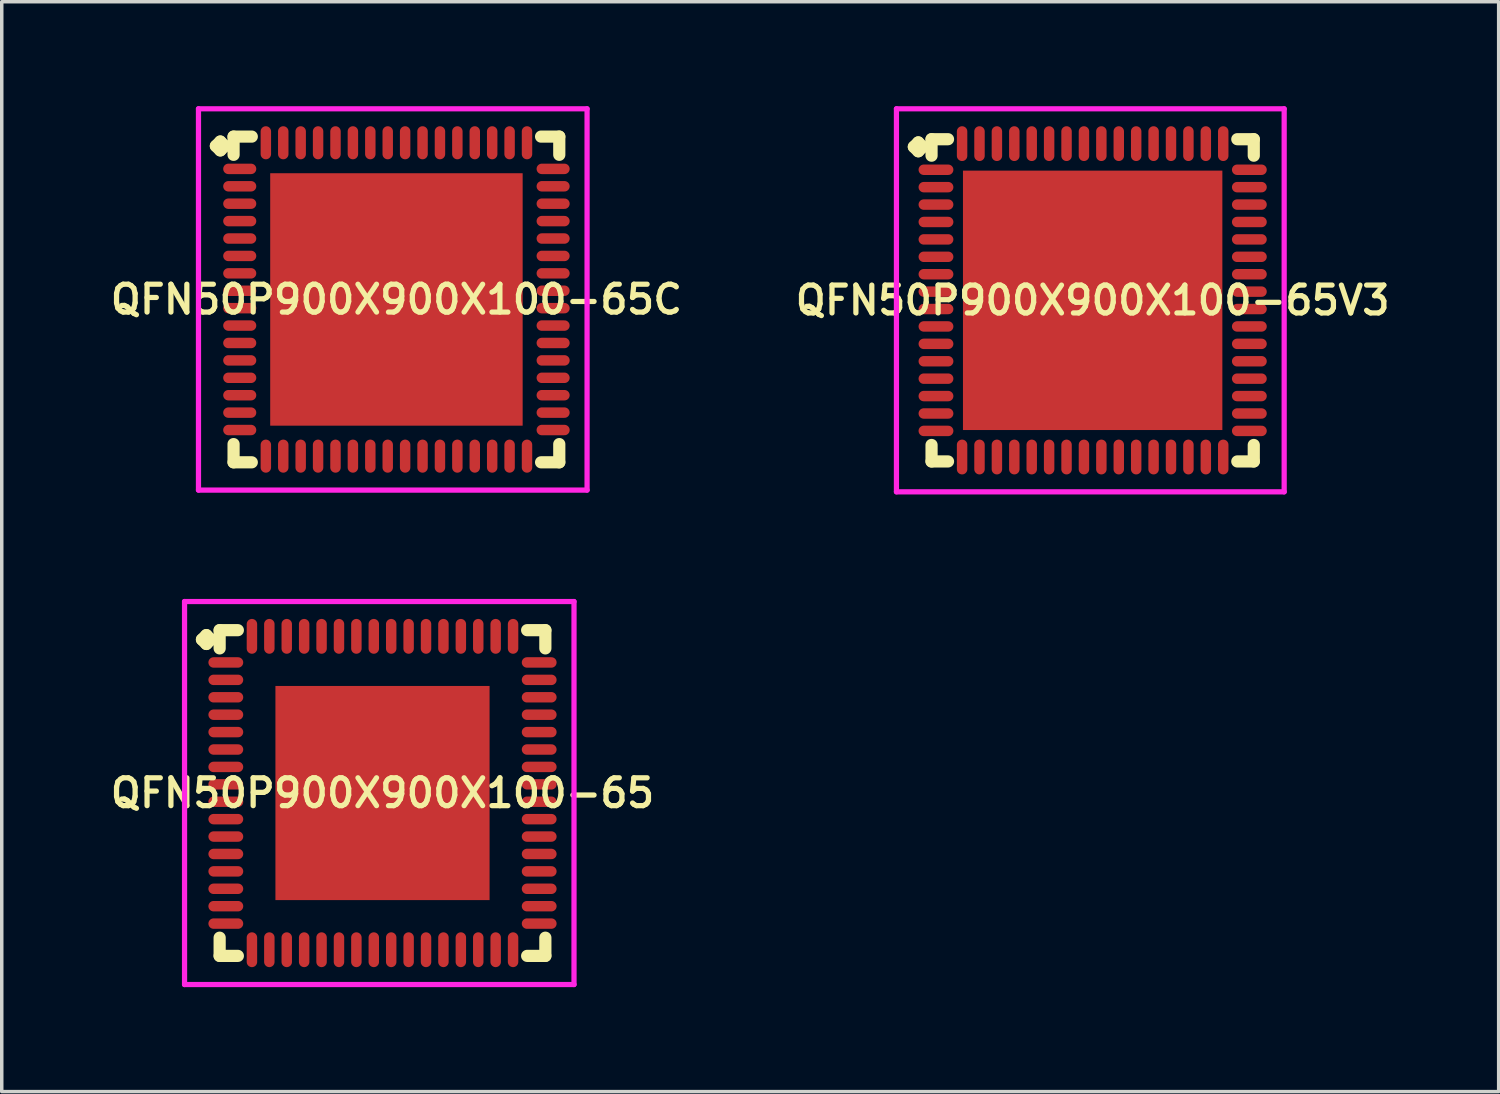
<source format=kicad_pcb>
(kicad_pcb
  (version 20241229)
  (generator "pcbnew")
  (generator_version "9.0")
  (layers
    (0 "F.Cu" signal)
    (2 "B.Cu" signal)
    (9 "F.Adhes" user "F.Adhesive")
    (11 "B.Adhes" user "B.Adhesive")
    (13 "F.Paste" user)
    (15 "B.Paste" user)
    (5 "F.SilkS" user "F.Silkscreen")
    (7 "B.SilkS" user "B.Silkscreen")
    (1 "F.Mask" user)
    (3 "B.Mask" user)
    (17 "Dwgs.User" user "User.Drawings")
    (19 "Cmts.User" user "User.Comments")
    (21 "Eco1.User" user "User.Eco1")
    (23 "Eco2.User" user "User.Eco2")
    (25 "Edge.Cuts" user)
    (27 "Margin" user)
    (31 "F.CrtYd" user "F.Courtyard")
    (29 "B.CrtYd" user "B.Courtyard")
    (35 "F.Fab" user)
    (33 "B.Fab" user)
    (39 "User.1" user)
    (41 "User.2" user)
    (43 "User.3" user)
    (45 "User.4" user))
  (footprint "QFN50P900X900X100-65C"
    (layer "F.Cu")
    (at 8.335 5.55)
    (property "Reference" "QFN50P900X900X100-65C" (at 0 0 0) (layer "F.SilkS") (effects (font (size 0.8 0.8) (thickness 0.15))))
    (attr through_hole)
    (fp_line (start -5.185 -4.408) (end -5.058 -4.535) (stroke (width 0.35) (type solid)) (layer "F.SilkS"))
    (fp_line (start -5.058 -4.535) (end -4.931 -4.408) (stroke (width 0.35) (type solid)) (layer "F.SilkS"))
    (fp_line (start -5.058 -4.281) (end -5.185 -4.408) (stroke (width 0.35) (type solid)) (layer "F.SilkS"))
    (fp_line (start -4.931 -4.408) (end -5.058 -4.281) (stroke (width 0.35) (type solid)) (layer "F.SilkS"))
    (fp_line (start -4.677 -4.677) (end -4.154 -4.677) (stroke (width 0.35) (type solid)) (layer "F.SilkS"))
    (fp_line (start -4.677 -4.154) (end -4.677 -4.677) (stroke (width 0.35) (type solid)) (layer "F.SilkS"))
    (fp_line (start -4.677 4.154) (end -4.677 4.677) (stroke (width 0.35) (type solid)) (layer "F.SilkS"))
    (fp_line (start -4.677 4.677) (end -4.154 4.677) (stroke (width 0.35) (type solid)) (layer "F.SilkS"))
    (fp_line (start 4.154 -4.677) (end 4.677 -4.677) (stroke (width 0.35) (type solid)) (layer "F.SilkS"))
    (fp_line (start 4.154 4.677) (end 4.677 4.677) (stroke (width 0.35) (type solid)) (layer "F.SilkS"))
    (fp_line (start 4.677 -4.677) (end 4.677 -4.154) (stroke (width 0.35) (type solid)) (layer "F.SilkS"))
    (fp_line (start 4.677 4.677) (end 4.677 4.154) (stroke (width 0.35) (type solid)) (layer "F.SilkS"))
    (fp_line (start -5.685 -5.475) (end 5.475 -5.475) (stroke (width 0.15) (type solid)) (layer "F.CrtYd"))
    (fp_line (start -5.685 5.475) (end -5.685 -5.475) (stroke (width 0.15) (type solid)) (layer "F.CrtYd"))
    (fp_line (start 5.475 -5.475) (end 5.475 5.475) (stroke (width 0.15) (type solid)) (layer "F.CrtYd"))
    (fp_line (start 5.475 5.475) (end -5.685 5.475) (stroke (width 0.15) (type solid)) (layer "F.CrtYd"))
    (pad "1" smd oval (at -4.5 -3.75) (size 0.95 0.3) (layers "F.Cu" "F.Mask" "F.Paste"))
    (pad "2" smd oval (at -4.5 -3.25) (size 0.95 0.3) (layers "F.Cu" "F.Mask" "F.Paste"))
    (pad "3" smd oval (at -4.5 -2.75) (size 0.95 0.3) (layers "F.Cu" "F.Mask" "F.Paste"))
    (pad "4" smd oval (at -4.5 -2.25) (size 0.95 0.3) (layers "F.Cu" "F.Mask" "F.Paste"))
    (pad "5" smd oval (at -4.5 -1.75) (size 0.95 0.3) (layers "F.Cu" "F.Mask" "F.Paste"))
    (pad "6" smd oval (at -4.5 -1.25) (size 0.95 0.3) (layers "F.Cu" "F.Mask" "F.Paste"))
    (pad "7" smd oval (at -4.5 -0.75) (size 0.95 0.3) (layers "F.Cu" "F.Mask" "F.Paste"))
    (pad "8" smd oval (at -4.5 -0.25) (size 0.95 0.3) (layers "F.Cu" "F.Mask" "F.Paste"))
    (pad "9" smd oval (at -4.5 0.25) (size 0.95 0.3) (layers "F.Cu" "F.Mask" "F.Paste"))
    (pad "10" smd oval (at -4.5 0.75) (size 0.95 0.3) (layers "F.Cu" "F.Mask" "F.Paste"))
    (pad "11" smd oval (at -4.5 1.25) (size 0.95 0.3) (layers "F.Cu" "F.Mask" "F.Paste"))
    (pad "12" smd oval (at -4.5 1.75) (size 0.95 0.3) (layers "F.Cu" "F.Mask" "F.Paste"))
    (pad "13" smd oval (at -4.5 2.25) (size 0.95 0.3) (layers "F.Cu" "F.Mask" "F.Paste"))
    (pad "14" smd oval (at -4.5 2.75) (size 0.95 0.3) (layers "F.Cu" "F.Mask" "F.Paste"))
    (pad "15" smd oval (at -4.5 3.25) (size 0.95 0.3) (layers "F.Cu" "F.Mask" "F.Paste"))
    (pad "16" smd oval (at -4.5 3.75) (size 0.95 0.3) (layers "F.Cu" "F.Mask" "F.Paste"))
    (pad "17" smd oval (at -3.75 4.5) (size 0.3 0.95) (layers "F.Cu" "F.Mask" "F.Paste"))
    (pad "18" smd oval (at -3.25 4.5) (size 0.3 0.95) (layers "F.Cu" "F.Mask" "F.Paste"))
    (pad "19" smd oval (at -2.75 4.5) (size 0.3 0.95) (layers "F.Cu" "F.Mask" "F.Paste"))
    (pad "20" smd oval (at -2.25 4.5) (size 0.3 0.95) (layers "F.Cu" "F.Mask" "F.Paste"))
    (pad "21" smd oval (at -1.75 4.5) (size 0.3 0.95) (layers "F.Cu" "F.Mask" "F.Paste"))
    (pad "22" smd oval (at -1.25 4.5) (size 0.3 0.95) (layers "F.Cu" "F.Mask" "F.Paste"))
    (pad "23" smd oval (at -0.75 4.5) (size 0.3 0.95) (layers "F.Cu" "F.Mask" "F.Paste"))
    (pad "24" smd oval (at -0.25 4.5) (size 0.3 0.95) (layers "F.Cu" "F.Mask" "F.Paste"))
    (pad "25" smd oval (at 0.25 4.5) (size 0.3 0.95) (layers "F.Cu" "F.Mask" "F.Paste"))
    (pad "26" smd oval (at 0.75 4.5) (size 0.3 0.95) (layers "F.Cu" "F.Mask" "F.Paste"))
    (pad "27" smd oval (at 1.25 4.5) (size 0.3 0.95) (layers "F.Cu" "F.Mask" "F.Paste"))
    (pad "28" smd oval (at 1.75 4.5) (size 0.3 0.95) (layers "F.Cu" "F.Mask" "F.Paste"))
    (pad "29" smd oval (at 2.25 4.5) (size 0.3 0.95) (layers "F.Cu" "F.Mask" "F.Paste"))
    (pad "30" smd oval (at 2.75 4.5) (size 0.3 0.95) (layers "F.Cu" "F.Mask" "F.Paste"))
    (pad "31" smd oval (at 3.25 4.5) (size 0.3 0.95) (layers "F.Cu" "F.Mask" "F.Paste"))
    (pad "32" smd oval (at 3.75 4.5) (size 0.3 0.95) (layers "F.Cu" "F.Mask" "F.Paste"))
    (pad "33" smd oval (at 4.5 3.75) (size 0.95 0.3) (layers "F.Cu" "F.Mask" "F.Paste"))
    (pad "34" smd oval (at 4.5 3.25) (size 0.95 0.3) (layers "F.Cu" "F.Mask" "F.Paste"))
    (pad "35" smd oval (at 4.5 2.75) (size 0.95 0.3) (layers "F.Cu" "F.Mask" "F.Paste"))
    (pad "36" smd oval (at 4.5 2.25) (size 0.95 0.3) (layers "F.Cu" "F.Mask" "F.Paste"))
    (pad "37" smd oval (at 4.5 1.75) (size 0.95 0.3) (layers "F.Cu" "F.Mask" "F.Paste"))
    (pad "38" smd oval (at 4.5 1.25) (size 0.95 0.3) (layers "F.Cu" "F.Mask" "F.Paste"))
    (pad "39" smd oval (at 4.5 0.75) (size 0.95 0.3) (layers "F.Cu" "F.Mask" "F.Paste"))
    (pad "40" smd oval (at 4.5 0.25) (size 0.95 0.3) (layers "F.Cu" "F.Mask" "F.Paste"))
    (pad "41" smd oval (at 4.5 -0.25) (size 0.95 0.3) (layers "F.Cu" "F.Mask" "F.Paste"))
    (pad "42" smd oval (at 4.5 -0.75) (size 0.95 0.3) (layers "F.Cu" "F.Mask" "F.Paste"))
    (pad "43" smd oval (at 4.5 -1.25) (size 0.95 0.3) (layers "F.Cu" "F.Mask" "F.Paste"))
    (pad "44" smd oval (at 4.5 -1.75) (size 0.95 0.3) (layers "F.Cu" "F.Mask" "F.Paste"))
    (pad "45" smd oval (at 4.5 -2.25) (size 0.95 0.3) (layers "F.Cu" "F.Mask" "F.Paste"))
    (pad "46" smd oval (at 4.5 -2.75) (size 0.95 0.3) (layers "F.Cu" "F.Mask" "F.Paste"))
    (pad "47" smd oval (at 4.5 -3.25) (size 0.95 0.3) (layers "F.Cu" "F.Mask" "F.Paste"))
    (pad "48" smd oval (at 4.5 -3.75) (size 0.95 0.3) (layers "F.Cu" "F.Mask" "F.Paste"))
    (pad "49" smd oval (at 3.75 -4.5) (size 0.3 0.95) (layers "F.Cu" "F.Mask" "F.Paste"))
    (pad "50" smd oval (at 3.25 -4.5) (size 0.3 0.95) (layers "F.Cu" "F.Mask" "F.Paste"))
    (pad "51" smd oval (at 2.75 -4.5) (size 0.3 0.95) (layers "F.Cu" "F.Mask" "F.Paste"))
    (pad "52" smd oval (at 2.25 -4.5) (size 0.3 0.95) (layers "F.Cu" "F.Mask" "F.Paste"))
    (pad "53" smd oval (at 1.75 -4.5) (size 0.3 0.95) (layers "F.Cu" "F.Mask" "F.Paste"))
    (pad "54" smd oval (at 1.25 -4.5) (size 0.3 0.95) (layers "F.Cu" "F.Mask" "F.Paste"))
    (pad "55" smd oval (at 0.75 -4.5) (size 0.3 0.95) (layers "F.Cu" "F.Mask" "F.Paste"))
    (pad "56" smd oval (at 0.25 -4.5) (size 0.3 0.95) (layers "F.Cu" "F.Mask" "F.Paste"))
    (pad "57" smd oval (at -0.25 -4.5) (size 0.3 0.95) (layers "F.Cu" "F.Mask" "F.Paste"))
    (pad "58" smd oval (at -0.75 -4.5) (size 0.3 0.95) (layers "F.Cu" "F.Mask" "F.Paste"))
    (pad "59" smd oval (at -1.25 -4.5) (size 0.3 0.95) (layers "F.Cu" "F.Mask" "F.Paste"))
    (pad "60" smd oval (at -1.75 -4.5) (size 0.3 0.95) (layers "F.Cu" "F.Mask" "F.Paste"))
    (pad "61" smd oval (at -2.25 -4.5) (size 0.3 0.95) (layers "F.Cu" "F.Mask" "F.Paste"))
    (pad "62" smd oval (at -2.75 -4.5) (size 0.3 0.95) (layers "F.Cu" "F.Mask" "F.Paste"))
    (pad "63" smd oval (at -3.25 -4.5) (size 0.3 0.95) (layers "F.Cu" "F.Mask" "F.Paste"))
    (pad "64" smd oval (at -3.75 -4.5) (size 0.3 0.95) (layers "F.Cu" "F.Mask" "F.Paste"))
    (pad "65" smd rect (at 0 0) (size 7.25 7.25) (layers "F.Cu" "F.Mask" "F.Paste")))
  (footprint "QFN50P900X900X100-65"
    (layer "F.Cu")
    (at 7.935 19.725)
    (property "Reference" "QFN50P900X900X100-65" (at 0 0 0) (layer "F.SilkS") (effects (font (size 0.8 0.8) (thickness 0.15))))
    (attr smd)
    (fp_line (start -5.185 -4.408) (end -5.058 -4.535) (stroke (width 0.35) (type solid)) (layer "F.SilkS"))
    (fp_line (start -5.058 -4.535) (end -4.931 -4.408) (stroke (width 0.35) (type solid)) (layer "F.SilkS"))
    (fp_line (start -5.058 -4.281) (end -5.185 -4.408) (stroke (width 0.35) (type solid)) (layer "F.SilkS"))
    (fp_line (start -4.931 -4.408) (end -5.058 -4.281) (stroke (width 0.35) (type solid)) (layer "F.SilkS"))
    (fp_line (start -4.677 -4.677) (end -4.154 -4.677) (stroke (width 0.35) (type solid)) (layer "F.SilkS"))
    (fp_line (start -4.677 -4.154) (end -4.677 -4.677) (stroke (width 0.35) (type solid)) (layer "F.SilkS"))
    (fp_line (start -4.677 4.154) (end -4.677 4.677) (stroke (width 0.35) (type solid)) (layer "F.SilkS"))
    (fp_line (start -4.677 4.677) (end -4.154 4.677) (stroke (width 0.35) (type solid)) (layer "F.SilkS"))
    (fp_line (start 4.154 -4.677) (end 4.677 -4.677) (stroke (width 0.35) (type solid)) (layer "F.SilkS"))
    (fp_line (start 4.154 4.677) (end 4.677 4.677) (stroke (width 0.35) (type solid)) (layer "F.SilkS"))
    (fp_line (start 4.677 -4.677) (end 4.677 -4.154) (stroke (width 0.35) (type solid)) (layer "F.SilkS"))
    (fp_line (start 4.677 4.677) (end 4.677 4.154) (stroke (width 0.35) (type solid)) (layer "F.SilkS"))
    (fp_line (start -5.685 -5.5) (end 5.5 -5.5) (stroke (width 0.15) (type solid)) (layer "F.CrtYd"))
    (fp_line (start -5.685 5.5) (end -5.685 -5.5) (stroke (width 0.15) (type solid)) (layer "F.CrtYd"))
    (fp_line (start 5.5 -5.5) (end 5.5 5.5) (stroke (width 0.15) (type solid)) (layer "F.CrtYd"))
    (fp_line (start 5.5 5.5) (end -5.685 5.5) (stroke (width 0.15) (type solid)) (layer "F.CrtYd"))
    (pad "1" smd oval (at -4.5 -3.75) (size 1 0.3) (layers "F.Cu" "F.Mask" "F.Paste"))
    (pad "2" smd oval (at -4.5 -3.25) (size 1 0.3) (layers "F.Cu" "F.Mask" "F.Paste"))
    (pad "3" smd oval (at -4.5 -2.75) (size 1 0.3) (layers "F.Cu" "F.Mask" "F.Paste"))
    (pad "4" smd oval (at -4.5 -2.25) (size 1 0.3) (layers "F.Cu" "F.Mask" "F.Paste"))
    (pad "5" smd oval (at -4.5 -1.75) (size 1 0.3) (layers "F.Cu" "F.Mask" "F.Paste"))
    (pad "6" smd oval (at -4.5 -1.25) (size 1 0.3) (layers "F.Cu" "F.Mask" "F.Paste"))
    (pad "7" smd oval (at -4.5 -0.75) (size 1 0.3) (layers "F.Cu" "F.Mask" "F.Paste"))
    (pad "8" smd oval (at -4.5 -0.25) (size 1 0.3) (layers "F.Cu" "F.Mask" "F.Paste"))
    (pad "9" smd oval (at -4.5 0.25) (size 1 0.3) (layers "F.Cu" "F.Mask" "F.Paste"))
    (pad "10" smd oval (at -4.5 0.75) (size 1 0.3) (layers "F.Cu" "F.Mask" "F.Paste"))
    (pad "11" smd oval (at -4.5 1.25) (size 1 0.3) (layers "F.Cu" "F.Mask" "F.Paste"))
    (pad "12" smd oval (at -4.5 1.75) (size 1 0.3) (layers "F.Cu" "F.Mask" "F.Paste"))
    (pad "13" smd oval (at -4.5 2.25) (size 1 0.3) (layers "F.Cu" "F.Mask" "F.Paste"))
    (pad "14" smd oval (at -4.5 2.75) (size 1 0.3) (layers "F.Cu" "F.Mask" "F.Paste"))
    (pad "15" smd oval (at -4.5 3.25) (size 1 0.3) (layers "F.Cu" "F.Mask" "F.Paste"))
    (pad "16" smd oval (at -4.5 3.75) (size 1 0.3) (layers "F.Cu" "F.Mask" "F.Paste"))
    (pad "17" smd oval (at -3.75 4.5) (size 0.3 1) (layers "F.Cu" "F.Mask" "F.Paste"))
    (pad "18" smd oval (at -3.25 4.5) (size 0.3 1) (layers "F.Cu" "F.Mask" "F.Paste"))
    (pad "19" smd oval (at -2.75 4.5) (size 0.3 1) (layers "F.Cu" "F.Mask" "F.Paste"))
    (pad "20" smd oval (at -2.25 4.5) (size 0.3 1) (layers "F.Cu" "F.Mask" "F.Paste"))
    (pad "21" smd oval (at -1.75 4.5) (size 0.3 1) (layers "F.Cu" "F.Mask" "F.Paste"))
    (pad "22" smd oval (at -1.25 4.5) (size 0.3 1) (layers "F.Cu" "F.Mask" "F.Paste"))
    (pad "23" smd oval (at -0.75 4.5) (size 0.3 1) (layers "F.Cu" "F.Mask" "F.Paste"))
    (pad "24" smd oval (at -0.25 4.5) (size 0.3 1) (layers "F.Cu" "F.Mask" "F.Paste"))
    (pad "25" smd oval (at 0.25 4.5) (size 0.3 1) (layers "F.Cu" "F.Mask" "F.Paste"))
    (pad "26" smd oval (at 0.75 4.5) (size 0.3 1) (layers "F.Cu" "F.Mask" "F.Paste"))
    (pad "27" smd oval (at 1.25 4.5) (size 0.3 1) (layers "F.Cu" "F.Mask" "F.Paste"))
    (pad "28" smd oval (at 1.75 4.5) (size 0.3 1) (layers "F.Cu" "F.Mask" "F.Paste"))
    (pad "29" smd oval (at 2.25 4.5) (size 0.3 1) (layers "F.Cu" "F.Mask" "F.Paste"))
    (pad "30" smd oval (at 2.75 4.5) (size 0.3 1) (layers "F.Cu" "F.Mask" "F.Paste"))
    (pad "31" smd oval (at 3.25 4.5) (size 0.3 1) (layers "F.Cu" "F.Mask" "F.Paste"))
    (pad "32" smd oval (at 3.75 4.5) (size 0.3 1) (layers "F.Cu" "F.Mask" "F.Paste"))
    (pad "33" smd oval (at 4.5 3.75) (size 1 0.3) (layers "F.Cu" "F.Mask" "F.Paste"))
    (pad "34" smd oval (at 4.5 3.25) (size 1 0.3) (layers "F.Cu" "F.Mask" "F.Paste"))
    (pad "35" smd oval (at 4.5 2.75) (size 1 0.3) (layers "F.Cu" "F.Mask" "F.Paste"))
    (pad "36" smd oval (at 4.5 2.25) (size 1 0.3) (layers "F.Cu" "F.Mask" "F.Paste"))
    (pad "37" smd oval (at 4.5 1.75) (size 1 0.3) (layers "F.Cu" "F.Mask" "F.Paste"))
    (pad "38" smd oval (at 4.5 1.25) (size 1 0.3) (layers "F.Cu" "F.Mask" "F.Paste"))
    (pad "39" smd oval (at 4.5 0.75) (size 1 0.3) (layers "F.Cu" "F.Mask" "F.Paste"))
    (pad "40" smd oval (at 4.5 0.25) (size 1 0.3) (layers "F.Cu" "F.Mask" "F.Paste"))
    (pad "41" smd oval (at 4.5 -0.25) (size 1 0.3) (layers "F.Cu" "F.Mask" "F.Paste"))
    (pad "42" smd oval (at 4.5 -0.75) (size 1 0.3) (layers "F.Cu" "F.Mask" "F.Paste"))
    (pad "43" smd oval (at 4.5 -1.25) (size 1 0.3) (layers "F.Cu" "F.Mask" "F.Paste"))
    (pad "44" smd oval (at 4.5 -1.75) (size 1 0.3) (layers "F.Cu" "F.Mask" "F.Paste"))
    (pad "45" smd oval (at 4.5 -2.25) (size 1 0.3) (layers "F.Cu" "F.Mask" "F.Paste"))
    (pad "46" smd oval (at 4.5 -2.75) (size 1 0.3) (layers "F.Cu" "F.Mask" "F.Paste"))
    (pad "47" smd oval (at 4.5 -3.25) (size 1 0.3) (layers "F.Cu" "F.Mask" "F.Paste"))
    (pad "48" smd oval (at 4.5 -3.75) (size 1 0.3) (layers "F.Cu" "F.Mask" "F.Paste"))
    (pad "49" smd oval (at 3.75 -4.5) (size 0.3 1) (layers "F.Cu" "F.Mask" "F.Paste"))
    (pad "50" smd oval (at 3.25 -4.5) (size 0.3 1) (layers "F.Cu" "F.Mask" "F.Paste"))
    (pad "51" smd oval (at 2.75 -4.5) (size 0.3 1) (layers "F.Cu" "F.Mask" "F.Paste"))
    (pad "52" smd oval (at 2.25 -4.5) (size 0.3 1) (layers "F.Cu" "F.Mask" "F.Paste"))
    (pad "53" smd oval (at 1.75 -4.5) (size 0.3 1) (layers "F.Cu" "F.Mask" "F.Paste"))
    (pad "54" smd oval (at 1.25 -4.5) (size 0.3 1) (layers "F.Cu" "F.Mask" "F.Paste"))
    (pad "55" smd oval (at 0.75 -4.5) (size 0.3 1) (layers "F.Cu" "F.Mask" "F.Paste"))
    (pad "56" smd oval (at 0.25 -4.5) (size 0.3 1) (layers "F.Cu" "F.Mask" "F.Paste"))
    (pad "57" smd oval (at -0.25 -4.5) (size 0.3 1) (layers "F.Cu" "F.Mask" "F.Paste"))
    (pad "58" smd oval (at -0.75 -4.5) (size 0.3 1) (layers "F.Cu" "F.Mask" "F.Paste"))
    (pad "59" smd oval (at -1.25 -4.5) (size 0.3 1) (layers "F.Cu" "F.Mask" "F.Paste"))
    (pad "60" smd oval (at -1.75 -4.5) (size 0.3 1) (layers "F.Cu" "F.Mask" "F.Paste"))
    (pad "61" smd oval (at -2.25 -4.5) (size 0.3 1) (layers "F.Cu" "F.Mask" "F.Paste"))
    (pad "62" smd oval (at -2.75 -4.5) (size 0.3 1) (layers "F.Cu" "F.Mask" "F.Paste"))
    (pad "63" smd oval (at -3.25 -4.5) (size 0.3 1) (layers "F.Cu" "F.Mask" "F.Paste"))
    (pad "64" smd oval (at -3.75 -4.5) (size 0.3 1) (layers "F.Cu" "F.Mask" "F.Paste"))
    (pad "65" smd rect (at 0 0) (size 6.15 6.15) (layers "F.Cu" "F.Mask" "F.Paste")))
  (footprint "QFN50P900X900X100-65V3"
    (layer "F.Cu")
    (at 28.33 5.575)
    (property "Reference" "QFN50P900X900X100-65V3" (at 0 0 0) (layer "F.SilkS") (effects (font (size 0.8 0.8) (thickness 0.15))))
    (attr through_hole)
    (fp_line (start -5.135 -4.408) (end -5.008 -4.535) (stroke (width 0.35) (type solid)) (layer "F.SilkS"))
    (fp_line (start -5.008 -4.535) (end -4.881 -4.408) (stroke (width 0.35) (type solid)) (layer "F.SilkS"))
    (fp_line (start -5.008 -4.281) (end -5.135 -4.408) (stroke (width 0.35) (type solid)) (layer "F.SilkS"))
    (fp_line (start -4.881 -4.408) (end -5.008 -4.281) (stroke (width 0.35) (type solid)) (layer "F.SilkS"))
    (fp_line (start -4.627 -4.627) (end -4.154 -4.627) (stroke (width 0.35) (type solid)) (layer "F.SilkS"))
    (fp_line (start -4.627 -4.154) (end -4.627 -4.627) (stroke (width 0.35) (type solid)) (layer "F.SilkS"))
    (fp_line (start -4.627 4.154) (end -4.627 4.627) (stroke (width 0.35) (type solid)) (layer "F.SilkS"))
    (fp_line (start -4.627 4.627) (end -4.154 4.627) (stroke (width 0.35) (type solid)) (layer "F.SilkS"))
    (fp_line (start 4.154 -4.627) (end 4.627 -4.627) (stroke (width 0.35) (type solid)) (layer "F.SilkS"))
    (fp_line (start 4.154 4.627) (end 4.627 4.627) (stroke (width 0.35) (type solid)) (layer "F.SilkS"))
    (fp_line (start 4.627 -4.627) (end 4.627 -4.154) (stroke (width 0.35) (type solid)) (layer "F.SilkS"))
    (fp_line (start 4.627 4.627) (end 4.627 4.154) (stroke (width 0.35) (type solid)) (layer "F.SilkS"))
    (fp_line (start -5.635 -5.5) (end 5.5 -5.5) (stroke (width 0.15) (type solid)) (layer "F.CrtYd"))
    (fp_line (start -5.635 5.5) (end -5.635 -5.5) (stroke (width 0.15) (type solid)) (layer "F.CrtYd"))
    (fp_line (start 5.5 -5.5) (end 5.5 5.5) (stroke (width 0.15) (type solid)) (layer "F.CrtYd"))
    (fp_line (start 5.5 5.5) (end -5.635 5.5) (stroke (width 0.15) (type solid)) (layer "F.CrtYd"))
    (pad "1" smd oval (at -4.5 -3.75) (size 1 0.3) (layers "F.Cu" "F.Mask" "F.Paste"))
    (pad "2" smd oval (at -4.5 -3.25) (size 1 0.3) (layers "F.Cu" "F.Mask" "F.Paste"))
    (pad "3" smd oval (at -4.5 -2.75) (size 1 0.3) (layers "F.Cu" "F.Mask" "F.Paste"))
    (pad "4" smd oval (at -4.5 -2.25) (size 1 0.3) (layers "F.Cu" "F.Mask" "F.Paste"))
    (pad "5" smd oval (at -4.5 -1.75) (size 1 0.3) (layers "F.Cu" "F.Mask" "F.Paste"))
    (pad "6" smd oval (at -4.5 -1.25) (size 1 0.3) (layers "F.Cu" "F.Mask" "F.Paste"))
    (pad "7" smd oval (at -4.5 -0.75) (size 1 0.3) (layers "F.Cu" "F.Mask" "F.Paste"))
    (pad "8" smd oval (at -4.5 -0.25) (size 1 0.3) (layers "F.Cu" "F.Mask" "F.Paste"))
    (pad "9" smd oval (at -4.5 0.25) (size 1 0.3) (layers "F.Cu" "F.Mask" "F.Paste"))
    (pad "10" smd oval (at -4.5 0.75) (size 1 0.3) (layers "F.Cu" "F.Mask" "F.Paste"))
    (pad "11" smd oval (at -4.5 1.25) (size 1 0.3) (layers "F.Cu" "F.Mask" "F.Paste"))
    (pad "12" smd oval (at -4.5 1.75) (size 1 0.3) (layers "F.Cu" "F.Mask" "F.Paste"))
    (pad "13" smd oval (at -4.5 2.25) (size 1 0.3) (layers "F.Cu" "F.Mask" "F.Paste"))
    (pad "14" smd oval (at -4.5 2.75) (size 1 0.3) (layers "F.Cu" "F.Mask" "F.Paste"))
    (pad "15" smd oval (at -4.5 3.25) (size 1 0.3) (layers "F.Cu" "F.Mask" "F.Paste"))
    (pad "16" smd oval (at -4.5 3.75) (size 1 0.3) (layers "F.Cu" "F.Mask" "F.Paste"))
    (pad "17" smd oval (at -3.75 4.5) (size 0.3 1) (layers "F.Cu" "F.Mask" "F.Paste"))
    (pad "18" smd oval (at -3.25 4.5) (size 0.3 1) (layers "F.Cu" "F.Mask" "F.Paste"))
    (pad "19" smd oval (at -2.75 4.5) (size 0.3 1) (layers "F.Cu" "F.Mask" "F.Paste"))
    (pad "20" smd oval (at -2.25 4.5) (size 0.3 1) (layers "F.Cu" "F.Mask" "F.Paste"))
    (pad "21" smd oval (at -1.75 4.5) (size 0.3 1) (layers "F.Cu" "F.Mask" "F.Paste"))
    (pad "22" smd oval (at -1.25 4.5) (size 0.3 1) (layers "F.Cu" "F.Mask" "F.Paste"))
    (pad "23" smd oval (at -0.75 4.5) (size 0.3 1) (layers "F.Cu" "F.Mask" "F.Paste"))
    (pad "24" smd oval (at -0.25 4.5) (size 0.3 1) (layers "F.Cu" "F.Mask" "F.Paste"))
    (pad "25" smd oval (at 0.25 4.5) (size 0.3 1) (layers "F.Cu" "F.Mask" "F.Paste"))
    (pad "26" smd oval (at 0.75 4.5) (size 0.3 1) (layers "F.Cu" "F.Mask" "F.Paste"))
    (pad "27" smd oval (at 1.25 4.5) (size 0.3 1) (layers "F.Cu" "F.Mask" "F.Paste"))
    (pad "28" smd oval (at 1.75 4.5) (size 0.3 1) (layers "F.Cu" "F.Mask" "F.Paste"))
    (pad "29" smd oval (at 2.25 4.5) (size 0.3 1) (layers "F.Cu" "F.Mask" "F.Paste"))
    (pad "30" smd oval (at 2.75 4.5) (size 0.3 1) (layers "F.Cu" "F.Mask" "F.Paste"))
    (pad "31" smd oval (at 3.25 4.5) (size 0.3 1) (layers "F.Cu" "F.Mask" "F.Paste"))
    (pad "32" smd oval (at 3.75 4.5) (size 0.3 1) (layers "F.Cu" "F.Mask" "F.Paste"))
    (pad "33" smd oval (at 4.5 3.75) (size 1 0.3) (layers "F.Cu" "F.Mask" "F.Paste"))
    (pad "34" smd oval (at 4.5 3.25) (size 1 0.3) (layers "F.Cu" "F.Mask" "F.Paste"))
    (pad "35" smd oval (at 4.5 2.75) (size 1 0.3) (layers "F.Cu" "F.Mask" "F.Paste"))
    (pad "36" smd oval (at 4.5 2.25) (size 1 0.3) (layers "F.Cu" "F.Mask" "F.Paste"))
    (pad "37" smd oval (at 4.5 1.75) (size 1 0.3) (layers "F.Cu" "F.Mask" "F.Paste"))
    (pad "38" smd oval (at 4.5 1.25) (size 1 0.3) (layers "F.Cu" "F.Mask" "F.Paste"))
    (pad "39" smd oval (at 4.5 0.75) (size 1 0.3) (layers "F.Cu" "F.Mask" "F.Paste"))
    (pad "40" smd oval (at 4.5 0.25) (size 1 0.3) (layers "F.Cu" "F.Mask" "F.Paste"))
    (pad "41" smd oval (at 4.5 -0.25) (size 1 0.3) (layers "F.Cu" "F.Mask" "F.Paste"))
    (pad "42" smd oval (at 4.5 -0.75) (size 1 0.3) (layers "F.Cu" "F.Mask" "F.Paste"))
    (pad "43" smd oval (at 4.5 -1.25) (size 1 0.3) (layers "F.Cu" "F.Mask" "F.Paste"))
    (pad "44" smd oval (at 4.5 -1.75) (size 1 0.3) (layers "F.Cu" "F.Mask" "F.Paste"))
    (pad "45" smd oval (at 4.5 -2.25) (size 1 0.3) (layers "F.Cu" "F.Mask" "F.Paste"))
    (pad "46" smd oval (at 4.5 -2.75) (size 1 0.3) (layers "F.Cu" "F.Mask" "F.Paste"))
    (pad "47" smd oval (at 4.5 -3.25) (size 1 0.3) (layers "F.Cu" "F.Mask" "F.Paste"))
    (pad "48" smd oval (at 4.5 -3.75) (size 1 0.3) (layers "F.Cu" "F.Mask" "F.Paste"))
    (pad "49" smd oval (at 3.75 -4.5) (size 0.3 1) (layers "F.Cu" "F.Mask" "F.Paste"))
    (pad "50" smd oval (at 3.25 -4.5) (size 0.3 1) (layers "F.Cu" "F.Mask" "F.Paste"))
    (pad "51" smd oval (at 2.75 -4.5) (size 0.3 1) (layers "F.Cu" "F.Mask" "F.Paste"))
    (pad "52" smd oval (at 2.25 -4.5) (size 0.3 1) (layers "F.Cu" "F.Mask" "F.Paste"))
    (pad "53" smd oval (at 1.75 -4.5) (size 0.3 1) (layers "F.Cu" "F.Mask" "F.Paste"))
    (pad "54" smd oval (at 1.25 -4.5) (size 0.3 1) (layers "F.Cu" "F.Mask" "F.Paste"))
    (pad "55" smd oval (at 0.75 -4.5) (size 0.3 1) (layers "F.Cu" "F.Mask" "F.Paste"))
    (pad "56" smd oval (at 0.25 -4.5) (size 0.3 1) (layers "F.Cu" "F.Mask" "F.Paste"))
    (pad "57" smd oval (at -0.25 -4.5) (size 0.3 1) (layers "F.Cu" "F.Mask" "F.Paste"))
    (pad "58" smd oval (at -0.75 -4.5) (size 0.3 1) (layers "F.Cu" "F.Mask" "F.Paste"))
    (pad "59" smd oval (at -1.25 -4.5) (size 0.3 1) (layers "F.Cu" "F.Mask" "F.Paste"))
    (pad "60" smd oval (at -1.75 -4.5) (size 0.3 1) (layers "F.Cu" "F.Mask" "F.Paste"))
    (pad "61" smd oval (at -2.25 -4.5) (size 0.3 1) (layers "F.Cu" "F.Mask" "F.Paste"))
    (pad "62" smd oval (at -2.75 -4.5) (size 0.3 1) (layers "F.Cu" "F.Mask" "F.Paste"))
    (pad "63" smd oval (at -3.25 -4.5) (size 0.3 1) (layers "F.Cu" "F.Mask" "F.Paste"))
    (pad "64" smd oval (at -3.75 -4.5) (size 0.3 1) (layers "F.Cu" "F.Mask" "F.Paste"))
    (pad "65" smd rect (at 0 0) (size 7.45 7.45) (layers "F.Cu" "F.Mask" "F.Paste")))
  (gr_rect
    (start -3 -3)
    (end 39.99 28.3)
    (stroke (width 0.1) (type default))
    (fill no)
    (layer "Edge.Cuts")))
</source>
